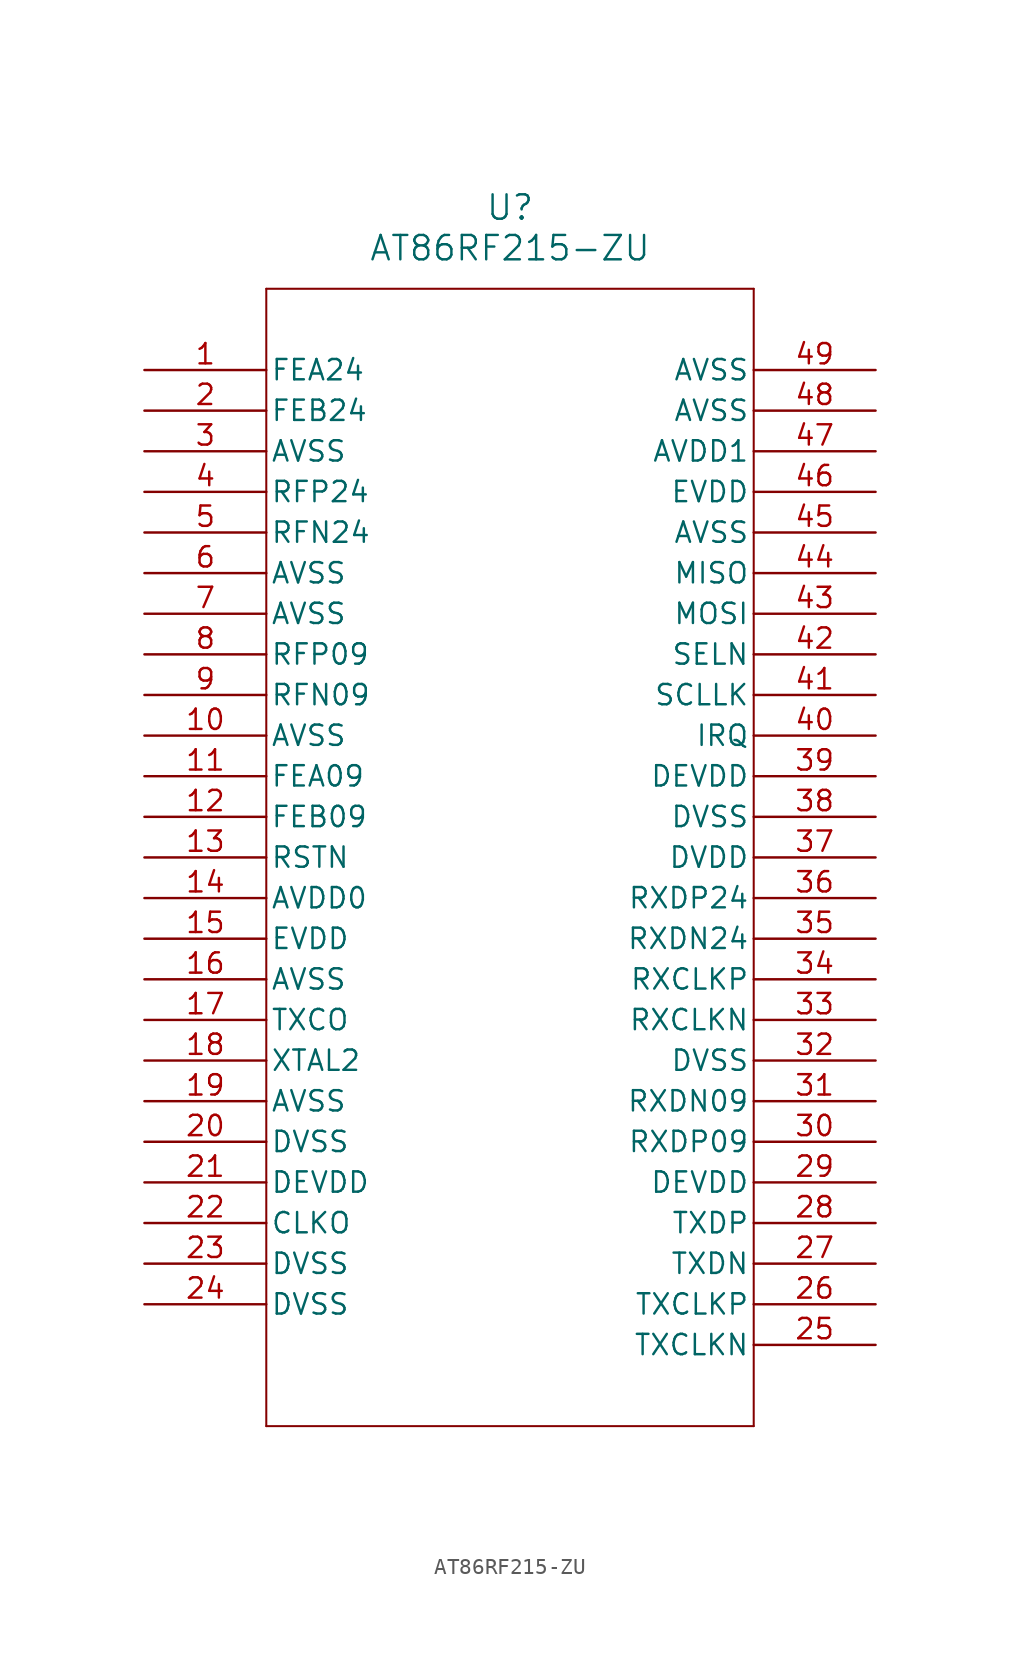
<source format=kicad_sym>
(kicad_symbol_lib
  (version 20211014)
  (generator kicad_symbol_editor)
  (symbol "AT86RF215-ZU"
    (pin_names
      (offset 0.254))
    (property "Reference" "U"
      (at 22.86 10.16 0)
      (effects (font (size 1.524 1.524))))
    (property "Value" "AT86RF215-ZU"
      (at 22.86 7.62 0)
      (effects (font (size 1.524 1.524))))
    (symbol "AT86RF215-ZU_0_1"
      (polyline (pts (xy 7.62 5.08) (xy 7.62 -66.04)) (stroke (width 0.127) (type default) (color 0 0 0 0)) (fill (type none)))
      (polyline (pts (xy 7.62 -66.04) (xy 38.1 -66.04)) (stroke (width 0.127) (type default) (color 0 0 0 0)) (fill (type none)))
      (polyline (pts (xy 38.1 -66.04) (xy 38.1 5.08)) (stroke (width 0.127) (type default) (color 0 0 0 0)) (fill (type none)))
      (polyline (pts (xy 38.1 5.08) (xy 7.62 5.08)) (stroke (width 0.127) (type default) (color 0 0 0 0)) (fill (type none)))
      (pin bidirectional line (at 0 0 0) (length 7.62) (name "FEA24" (effects (font (size 1.27 1.27)))) (number "1" (effects (font (size 1.27 1.27)))))
      (pin bidirectional line (at 0 -2.54 0) (length 7.62) (name "FEB24" (effects (font (size 1.27 1.27)))) (number "2" (effects (font (size 1.27 1.27)))))
      (pin power_out line (at 0 -5.08 0) (length 7.62) (name "AVSS" (effects (font (size 1.27 1.27)))) (number "3" (effects (font (size 1.27 1.27)))))
      (pin bidirectional line (at 0 -7.62 0) (length 7.62) (name "RFP24" (effects (font (size 1.27 1.27)))) (number "4" (effects (font (size 1.27 1.27)))))
      (pin bidirectional line (at 0 -10.16 0) (length 7.62) (name "RFN24" (effects (font (size 1.27 1.27)))) (number "5" (effects (font (size 1.27 1.27)))))
      (pin power_out line (at 0 -12.7 0) (length 7.62) (name "AVSS" (effects (font (size 1.27 1.27)))) (number "6" (effects (font (size 1.27 1.27)))))
      (pin power_out line (at 0 -15.24 0) (length 7.62) (name "AVSS" (effects (font (size 1.27 1.27)))) (number "7" (effects (font (size 1.27 1.27)))))
      (pin bidirectional line (at 0 -17.78 0) (length 7.62) (name "RFP09" (effects (font (size 1.27 1.27)))) (number "8" (effects (font (size 1.27 1.27)))))
      (pin bidirectional line (at 0 -20.32 0) (length 7.62) (name "RFN09" (effects (font (size 1.27 1.27)))) (number "9" (effects (font (size 1.27 1.27)))))
      (pin power_out line (at 0 -22.86 0) (length 7.62) (name "AVSS" (effects (font (size 1.27 1.27)))) (number "10" (effects (font (size 1.27 1.27)))))
      (pin output line (at 0 -25.4 0) (length 7.62) (name "FEA09" (effects (font (size 1.27 1.27)))) (number "11" (effects (font (size 1.27 1.27)))))
      (pin output line (at 0 -27.94 0) (length 7.62) (name "FEB09" (effects (font (size 1.27 1.27)))) (number "12" (effects (font (size 1.27 1.27)))))
      (pin input line (at 0 -30.48 0) (length 7.62) (name "RSTN" (effects (font (size 1.27 1.27)))) (number "13" (effects (font (size 1.27 1.27)))))
      (pin power_in line (at 0 -33.02 0) (length 7.62) (name "AVDD0" (effects (font (size 1.27 1.27)))) (number "14" (effects (font (size 1.27 1.27)))))
      (pin power_in line (at 0 -35.56 0) (length 7.62) (name "EVDD" (effects (font (size 1.27 1.27)))) (number "15" (effects (font (size 1.27 1.27)))))
      (pin power_out line (at 0 -38.1 0) (length 7.62) (name "AVSS" (effects (font (size 1.27 1.27)))) (number "16" (effects (font (size 1.27 1.27)))))
      (pin input line (at 0 -40.64 0) (length 7.62) (name "TXCO" (effects (font (size 1.27 1.27)))) (number "17" (effects (font (size 1.27 1.27)))))
      (pin output line (at 0 -43.18 0) (length 7.62) (name "XTAL2" (effects (font (size 1.27 1.27)))) (number "18" (effects (font (size 1.27 1.27)))))
      (pin power_out line (at 0 -45.72 0) (length 7.62) (name "AVSS" (effects (font (size 1.27 1.27)))) (number "19" (effects (font (size 1.27 1.27)))))
      (pin power_out line (at 0 -48.26 0) (length 7.62) (name "DVSS" (effects (font (size 1.27 1.27)))) (number "20" (effects (font (size 1.27 1.27)))))
      (pin power_in line (at 0 -50.8 0) (length 7.62) (name "DEVDD" (effects (font (size 1.27 1.27)))) (number "21" (effects (font (size 1.27 1.27)))))
      (pin output line (at 0 -53.34 0) (length 7.62) (name "CLKO" (effects (font (size 1.27 1.27)))) (number "22" (effects (font (size 1.27 1.27)))))
      (pin power_out line (at 0 -55.88 0) (length 7.62) (name "DVSS" (effects (font (size 1.27 1.27)))) (number "23" (effects (font (size 1.27 1.27)))))
      (pin power_out line (at 0 -58.42 0) (length 7.62) (name "DVSS" (effects (font (size 1.27 1.27)))) (number "24" (effects (font (size 1.27 1.27)))))
      (pin input line (at 45.72 -60.96 180) (length 7.62) (name "TXCLKN" (effects (font (size 1.27 1.27)))) (number "25" (effects (font (size 1.27 1.27)))))
      (pin input line (at 45.72 -58.42 180) (length 7.62) (name "TXCLKP" (effects (font (size 1.27 1.27)))) (number "26" (effects (font (size 1.27 1.27)))))
      (pin input line (at 45.72 -55.88 180) (length 7.62) (name "TXDN" (effects (font (size 1.27 1.27)))) (number "27" (effects (font (size 1.27 1.27)))))
      (pin input line (at 45.72 -53.34 180) (length 7.62) (name "TXDP" (effects (font (size 1.27 1.27)))) (number "28" (effects (font (size 1.27 1.27)))))
      (pin power_in line (at 45.72 -50.8 180) (length 7.62) (name "DEVDD" (effects (font (size 1.27 1.27)))) (number "29" (effects (font (size 1.27 1.27)))))
      (pin output line (at 45.72 -48.26 180) (length 7.62) (name "RXDP09" (effects (font (size 1.27 1.27)))) (number "30" (effects (font (size 1.27 1.27)))))
      (pin output line (at 45.72 -45.72 180) (length 7.62) (name "RXDN09" (effects (font (size 1.27 1.27)))) (number "31" (effects (font (size 1.27 1.27)))))
      (pin power_out line (at 45.72 -43.18 180) (length 7.62) (name "DVSS" (effects (font (size 1.27 1.27)))) (number "32" (effects (font (size 1.27 1.27)))))
      (pin output line (at 45.72 -40.64 180) (length 7.62) (name "RXCLKN" (effects (font (size 1.27 1.27)))) (number "33" (effects (font (size 1.27 1.27)))))
      (pin output line (at 45.72 -38.1 180) (length 7.62) (name "RXCLKP" (effects (font (size 1.27 1.27)))) (number "34" (effects (font (size 1.27 1.27)))))
      (pin output line (at 45.72 -35.56 180) (length 7.62) (name "RXDN24" (effects (font (size 1.27 1.27)))) (number "35" (effects (font (size 1.27 1.27)))))
      (pin output line (at 45.72 -33.02 180) (length 7.62) (name "RXDP24" (effects (font (size 1.27 1.27)))) (number "36" (effects (font (size 1.27 1.27)))))
      (pin power_in line (at 45.72 -30.48 180) (length 7.62) (name "DVDD" (effects (font (size 1.27 1.27)))) (number "37" (effects (font (size 1.27 1.27)))))
      (pin power_out line (at 45.72 -27.94 180) (length 7.62) (name "DVSS" (effects (font (size 1.27 1.27)))) (number "38" (effects (font (size 1.27 1.27)))))
      (pin power_in line (at 45.72 -25.4 180) (length 7.62) (name "DEVDD" (effects (font (size 1.27 1.27)))) (number "39" (effects (font (size 1.27 1.27)))))
      (pin output line (at 45.72 -22.86 180) (length 7.62) (name "IRQ" (effects (font (size 1.27 1.27)))) (number "40" (effects (font (size 1.27 1.27)))))
      (pin input line (at 45.72 -20.32 180) (length 7.62) (name "SCLLK" (effects (font (size 1.27 1.27)))) (number "41" (effects (font (size 1.27 1.27)))))
      (pin input line (at 45.72 -17.78 180) (length 7.62) (name "SELN" (effects (font (size 1.27 1.27)))) (number "42" (effects (font (size 1.27 1.27)))))
      (pin input line (at 45.72 -15.24 180) (length 7.62) (name "MOSI" (effects (font (size 1.27 1.27)))) (number "43" (effects (font (size 1.27 1.27)))))
      (pin output line (at 45.72 -12.7 180) (length 7.62) (name "MISO" (effects (font (size 1.27 1.27)))) (number "44" (effects (font (size 1.27 1.27)))))
      (pin power_out line (at 45.72 -10.16 180) (length 7.62) (name "AVSS" (effects (font (size 1.27 1.27)))) (number "45" (effects (font (size 1.27 1.27)))))
      (pin power_in line (at 45.72 -7.62 180) (length 7.62) (name "EVDD" (effects (font (size 1.27 1.27)))) (number "46" (effects (font (size 1.27 1.27)))))
      (pin power_in line (at 45.72 -5.08 180) (length 7.62) (name "AVDD1" (effects (font (size 1.27 1.27)))) (number "47" (effects (font (size 1.27 1.27)))))
      (pin power_out line (at 45.72 -2.54 180) (length 7.62) (name "AVSS" (effects (font (size 1.27 1.27)))) (number "48" (effects (font (size 1.27 1.27)))))
      (pin power_out line (at 45.72 0 180) (length 7.62) (name "AVSS" (effects (font (size 1.27 1.27)))) (number "49" (effects (font (size 1.27 1.27))))))))
</source>
